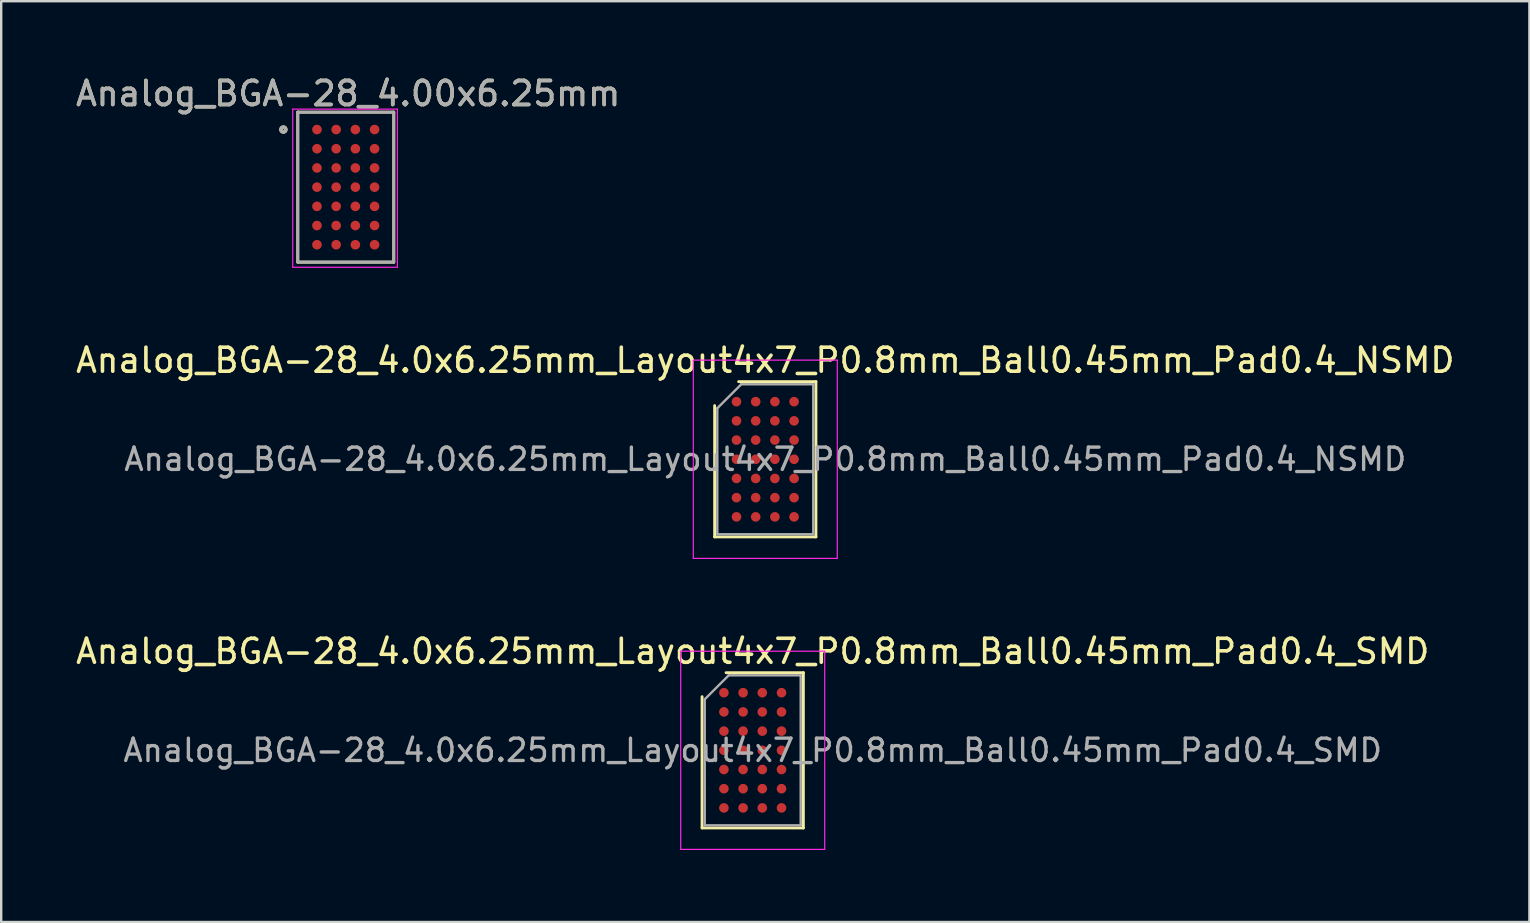
<source format=kicad_pcb>
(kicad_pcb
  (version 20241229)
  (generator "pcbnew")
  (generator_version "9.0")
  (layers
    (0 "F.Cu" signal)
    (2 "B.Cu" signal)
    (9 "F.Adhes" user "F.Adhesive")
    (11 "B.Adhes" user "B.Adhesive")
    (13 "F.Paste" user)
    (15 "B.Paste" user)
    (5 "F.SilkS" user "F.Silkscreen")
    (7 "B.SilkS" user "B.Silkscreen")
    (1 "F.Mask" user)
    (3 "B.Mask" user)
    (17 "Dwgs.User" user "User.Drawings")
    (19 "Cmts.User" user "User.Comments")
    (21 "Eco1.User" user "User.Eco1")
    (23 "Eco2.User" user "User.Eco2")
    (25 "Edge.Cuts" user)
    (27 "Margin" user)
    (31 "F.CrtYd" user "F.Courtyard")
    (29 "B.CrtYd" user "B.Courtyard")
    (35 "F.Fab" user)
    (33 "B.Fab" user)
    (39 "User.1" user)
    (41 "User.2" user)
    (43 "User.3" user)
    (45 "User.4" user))
  (footprint "Analog_BGA-28_4.0x6.25mm_Layout4x7_P0.8mm_Ball0.45mm_Pad0.4_SMD"
    (layer "F.Cu")
    (at 28.315 28.215)
    (property "Reference" "Analog_BGA-28_4.0x6.25mm_Layout4x7_P0.8mm_Ball0.45mm_Pad0.4_SMD" (at 0 -4.125 0) (layer "F.SilkS") (effects (font (size 1 1) (thickness 0.15))))
    (attr smd)
    (fp_line (start -2.11 3.235) (end -2.11 -2.235) (stroke (width 0.12) (type solid)) (layer "F.SilkS"))
    (fp_line (start -1.11 -3.235) (end 2.11 -3.235) (stroke (width 0.12) (type solid)) (layer "F.SilkS"))
    (fp_line (start 2.11 -3.235) (end 2.11 3.235) (stroke (width 0.12) (type solid)) (layer "F.SilkS"))
    (fp_line (start 2.11 3.235) (end -2.11 3.235) (stroke (width 0.12) (type solid)) (layer "F.SilkS"))
    (fp_line (start -3 -4.13) (end -3 4.13) (stroke (width 0.05) (type solid)) (layer "F.CrtYd"))
    (fp_line (start -3 4.13) (end 3 4.13) (stroke (width 0.05) (type solid)) (layer "F.CrtYd"))
    (fp_line (start 3 -4.13) (end -3 -4.13) (stroke (width 0.05) (type solid)) (layer "F.CrtYd"))
    (fp_line (start 3 4.13) (end 3 -4.13) (stroke (width 0.05) (type solid)) (layer "F.CrtYd"))
    (fp_line (start -2 -2.125) (end -1 -3.125) (stroke (width 0.1) (type solid)) (layer "F.Fab"))
    (fp_line (start -2 3.125) (end -2 -2.125) (stroke (width 0.1) (type solid)) (layer "F.Fab"))
    (fp_line (start -1 -3.125) (end 2 -3.125) (stroke (width 0.1) (type solid)) (layer "F.Fab"))
    (fp_line (start 2 -3.125) (end 2 3.125) (stroke (width 0.1) (type solid)) (layer "F.Fab"))
    (fp_line (start 2 3.125) (end -2 3.125) (stroke (width 0.1) (type solid)) (layer "F.Fab"))
    (fp_text user "${REFERENCE}" (at 0 0 0) (layer "F.Fab") (effects (font (size 0.93 0.93) (thickness 0.14))))
    (pad "A1" smd circle (at -1.2 -2.4) (size 0.4 0.4) (layers "F.Cu" "F.Mask" "F.Paste"))
    (pad "A2" smd circle (at -0.4 -2.4) (size 0.4 0.4) (layers "F.Cu" "F.Mask" "F.Paste"))
    (pad "A3" smd circle (at 0.4 -2.4) (size 0.4 0.4) (layers "F.Cu" "F.Mask" "F.Paste"))
    (pad "A4" smd circle (at 1.2 -2.4) (size 0.4 0.4) (layers "F.Cu" "F.Mask" "F.Paste"))
    (pad "B1" smd circle (at -1.2 -1.6) (size 0.4 0.4) (layers "F.Cu" "F.Mask" "F.Paste"))
    (pad "B2" smd circle (at -0.4 -1.6) (size 0.4 0.4) (layers "F.Cu" "F.Mask" "F.Paste"))
    (pad "B3" smd circle (at 0.4 -1.6) (size 0.4 0.4) (layers "F.Cu" "F.Mask" "F.Paste"))
    (pad "B4" smd circle (at 1.2 -1.6) (size 0.4 0.4) (layers "F.Cu" "F.Mask" "F.Paste"))
    (pad "C1" smd circle (at -1.2 -0.8) (size 0.4 0.4) (layers "F.Cu" "F.Mask" "F.Paste"))
    (pad "C2" smd circle (at -0.4 -0.8) (size 0.4 0.4) (layers "F.Cu" "F.Mask" "F.Paste"))
    (pad "C3" smd circle (at 0.4 -0.8) (size 0.4 0.4) (layers "F.Cu" "F.Mask" "F.Paste"))
    (pad "C4" smd circle (at 1.2 -0.8) (size 0.4 0.4) (layers "F.Cu" "F.Mask" "F.Paste"))
    (pad "D1" smd circle (at -1.2 0) (size 0.4 0.4) (layers "F.Cu" "F.Mask" "F.Paste"))
    (pad "D2" smd circle (at -0.4 0) (size 0.4 0.4) (layers "F.Cu" "F.Mask" "F.Paste"))
    (pad "D3" smd circle (at 0.4 0) (size 0.4 0.4) (layers "F.Cu" "F.Mask" "F.Paste"))
    (pad "D4" smd circle (at 1.2 0) (size 0.4 0.4) (layers "F.Cu" "F.Mask" "F.Paste"))
    (pad "E1" smd circle (at -1.2 0.8) (size 0.4 0.4) (layers "F.Cu" "F.Mask" "F.Paste"))
    (pad "E2" smd circle (at -0.4 0.8) (size 0.4 0.4) (layers "F.Cu" "F.Mask" "F.Paste"))
    (pad "E3" smd circle (at 0.4 0.8) (size 0.4 0.4) (layers "F.Cu" "F.Mask" "F.Paste"))
    (pad "E4" smd circle (at 1.2 0.8) (size 0.4 0.4) (layers "F.Cu" "F.Mask" "F.Paste"))
    (pad "F1" smd circle (at -1.2 1.6) (size 0.4 0.4) (layers "F.Cu" "F.Mask" "F.Paste"))
    (pad "F2" smd circle (at -0.4 1.6) (size 0.4 0.4) (layers "F.Cu" "F.Mask" "F.Paste"))
    (pad "F3" smd circle (at 0.4 1.6) (size 0.4 0.4) (layers "F.Cu" "F.Mask" "F.Paste"))
    (pad "F4" smd circle (at 1.2 1.6) (size 0.4 0.4) (layers "F.Cu" "F.Mask" "F.Paste"))
    (pad "G1" smd circle (at -1.2 2.4) (size 0.4 0.4) (layers "F.Cu" "F.Mask" "F.Paste"))
    (pad "G2" smd circle (at -0.4 2.4) (size 0.4 0.4) (layers "F.Cu" "F.Mask" "F.Paste"))
    (pad "G3" smd circle (at 0.4 2.4) (size 0.4 0.4) (layers "F.Cu" "F.Mask" "F.Paste"))
    (pad "G4" smd circle (at 1.2 2.4) (size 0.4 0.4) (layers "F.Cu" "F.Mask" "F.Paste")))
  (footprint "Analog_BGA-28_4.00x6.25mm"
    (layer "F.Cu")
    (at 11.358 4.748)
    (property "Reference" "Analog_BGA-28_4.00x6.25mm" (at 0.1 -3.9 0) (layer "F.SilkS") (effects (font (size 1 1) (thickness 0.15))))
    (attr smd)
    (fp_line (start -2 -3.125) (end 2 -3.125) (stroke (width 0.12) (type solid)) (layer "F.SilkS"))
    (fp_line (start -2 3.125) (end -2 -3.125) (stroke (width 0.12) (type solid)) (layer "F.SilkS"))
    (fp_line (start -2 3.125) (end 2 3.125) (stroke (width 0.12) (type solid)) (layer "F.SilkS"))
    (fp_line (start 2 3.125) (end 2 -3.125) (stroke (width 0.12) (type solid)) (layer "F.SilkS"))
    (fp_circle (center -2.6 -2.4) (end -2.5 -2.4) (stroke (width 0.15) (type solid)) (fill no) (layer "F.SilkS"))
    (fp_line (start -2.21 -3.25) (end 2.15 -3.25) (stroke (width 0.05) (type solid)) (layer "F.CrtYd"))
    (fp_line (start -2.21 3.34) (end -2.21 -3.25) (stroke (width 0.05) (type solid)) (layer "F.CrtYd"))
    (fp_line (start 2.14 3.34) (end -2.21 3.34) (stroke (width 0.05) (type solid)) (layer "F.CrtYd"))
    (fp_line (start 2.15 -3.25) (end 2.15 3.34) (stroke (width 0.05) (type solid)) (layer "F.CrtYd"))
    (fp_line (start -2 -3.125) (end 2 -3.125) (stroke (width 0.12) (type solid)) (layer "F.Fab"))
    (fp_line (start -2 3.125) (end -2 -3.125) (stroke (width 0.12) (type solid)) (layer "F.Fab"))
    (fp_line (start -2 3.125) (end 2 3.125) (stroke (width 0.12) (type solid)) (layer "F.Fab"))
    (fp_line (start 2 3.125) (end 2 -3.125) (stroke (width 0.12) (type solid)) (layer "F.Fab"))
    (fp_circle (center -2.6 -2.4) (end -2.5 -2.4) (stroke (width 0.15) (type solid)) (fill no) (layer "F.Fab"))
    (fp_text user "${REFERENCE}" (at 0.1 -3.9 0) (layer "F.Fab") (effects (font (size 1 1) (thickness 0.15))))
    (pad "A1" smd circle (at -1.2 -2.4 90) (size 0.4 0.4) (layers "F.Cu" "F.Mask" "F.Paste"))
    (pad "A2" smd circle (at -0.4 -2.4 90) (size 0.4 0.4) (layers "F.Cu" "F.Mask" "F.Paste"))
    (pad "A3" smd circle (at 0.4 -2.4 90) (size 0.4 0.4) (layers "F.Cu" "F.Mask" "F.Paste"))
    (pad "A4" smd circle (at 1.2 -2.4 90) (size 0.4 0.4) (layers "F.Cu" "F.Mask" "F.Paste"))
    (pad "B1" smd circle (at -1.2 -1.6 90) (size 0.4 0.4) (layers "F.Cu" "F.Mask" "F.Paste"))
    (pad "B2" smd circle (at -0.4 -1.6 90) (size 0.4 0.4) (layers "F.Cu" "F.Mask" "F.Paste"))
    (pad "B3" smd circle (at 0.4 -1.6 90) (size 0.4 0.4) (layers "F.Cu" "F.Mask" "F.Paste"))
    (pad "B4" smd circle (at 1.2 -1.6 90) (size 0.4 0.4) (layers "F.Cu" "F.Mask" "F.Paste"))
    (pad "C1" smd circle (at -1.2 -0.8 90) (size 0.4 0.4) (layers "F.Cu" "F.Mask" "F.Paste"))
    (pad "C2" smd circle (at -0.4 -0.8 90) (size 0.4 0.4) (layers "F.Cu" "F.Mask" "F.Paste"))
    (pad "C3" smd circle (at 0.4 -0.8 90) (size 0.4 0.4) (layers "F.Cu" "F.Mask" "F.Paste"))
    (pad "C4" smd circle (at 1.2 -0.8 90) (size 0.4 0.4) (layers "F.Cu" "F.Mask" "F.Paste"))
    (pad "D1" smd circle (at -1.2 0 90) (size 0.4 0.4) (layers "F.Cu" "F.Mask" "F.Paste"))
    (pad "D2" smd circle (at -0.4 0 90) (size 0.4 0.4) (layers "F.Cu" "F.Mask" "F.Paste"))
    (pad "D3" smd circle (at 0.4 0 90) (size 0.4 0.4) (layers "F.Cu" "F.Mask" "F.Paste"))
    (pad "D4" smd circle (at 1.2 0 90) (size 0.4 0.4) (layers "F.Cu" "F.Mask" "F.Paste"))
    (pad "E1" smd circle (at -1.2 0.8 90) (size 0.4 0.4) (layers "F.Cu" "F.Mask" "F.Paste"))
    (pad "E2" smd circle (at -0.4 0.8 90) (size 0.4 0.4) (layers "F.Cu" "F.Mask" "F.Paste"))
    (pad "E3" smd circle (at 0.4 0.8 90) (size 0.4 0.4) (layers "F.Cu" "F.Mask" "F.Paste"))
    (pad "E4" smd circle (at 1.2 0.8 90) (size 0.4 0.4) (layers "F.Cu" "F.Mask" "F.Paste"))
    (pad "F1" smd circle (at -1.2 1.6 90) (size 0.4 0.4) (layers "F.Cu" "F.Mask" "F.Paste"))
    (pad "F2" smd circle (at -0.4 1.6 90) (size 0.4 0.4) (layers "F.Cu" "F.Mask" "F.Paste"))
    (pad "F3" smd circle (at 0.4 1.6 90) (size 0.4 0.4) (layers "F.Cu" "F.Mask" "F.Paste"))
    (pad "F4" smd circle (at 1.2 1.6 90) (size 0.4 0.4) (layers "F.Cu" "F.Mask" "F.Paste"))
    (pad "G1" smd circle (at -1.2 2.4 90) (size 0.4 0.4) (layers "F.Cu" "F.Mask" "F.Paste"))
    (pad "G2" smd circle (at -0.4 2.4 90) (size 0.4 0.4) (layers "F.Cu" "F.Mask" "F.Paste"))
    (pad "G3" smd circle (at 0.4 2.4 90) (size 0.4 0.4) (layers "F.Cu" "F.Mask" "F.Paste"))
    (pad "G4" smd circle (at 1.2 2.4 90) (size 0.4 0.4) (layers "F.Cu" "F.Mask" "F.Paste")))
  (footprint "Analog_BGA-28_4.0x6.25mm_Layout4x7_P0.8mm_Ball0.45mm_Pad0.4_NSMD"
    (layer "F.Cu")
    (at 28.839 16.087)
    (property "Reference" "Analog_BGA-28_4.0x6.25mm_Layout4x7_P0.8mm_Ball0.45mm_Pad0.4_NSMD" (at 0 -4.125 0) (layer "F.SilkS") (effects (font (size 1 1) (thickness 0.15))))
    (attr smd)
    (fp_line (start -2.11 3.235) (end -2.11 -2.235) (stroke (width 0.12) (type solid)) (layer "F.SilkS"))
    (fp_line (start -1.11 -3.235) (end 2.11 -3.235) (stroke (width 0.12) (type solid)) (layer "F.SilkS"))
    (fp_line (start 2.11 -3.235) (end 2.11 3.235) (stroke (width 0.12) (type solid)) (layer "F.SilkS"))
    (fp_line (start 2.11 3.235) (end -2.11 3.235) (stroke (width 0.12) (type solid)) (layer "F.SilkS"))
    (fp_line (start -3 -4.13) (end -3 4.13) (stroke (width 0.05) (type solid)) (layer "F.CrtYd"))
    (fp_line (start -3 4.13) (end 3 4.13) (stroke (width 0.05) (type solid)) (layer "F.CrtYd"))
    (fp_line (start 3 -4.13) (end -3 -4.13) (stroke (width 0.05) (type solid)) (layer "F.CrtYd"))
    (fp_line (start 3 4.13) (end 3 -4.13) (stroke (width 0.05) (type solid)) (layer "F.CrtYd"))
    (fp_line (start -2 -2.125) (end -1 -3.125) (stroke (width 0.1) (type solid)) (layer "F.Fab"))
    (fp_line (start -2 3.125) (end -2 -2.125) (stroke (width 0.1) (type solid)) (layer "F.Fab"))
    (fp_line (start -1 -3.125) (end 2 -3.125) (stroke (width 0.1) (type solid)) (layer "F.Fab"))
    (fp_line (start 2 -3.125) (end 2 3.125) (stroke (width 0.1) (type solid)) (layer "F.Fab"))
    (fp_line (start 2 3.125) (end -2 3.125) (stroke (width 0.1) (type solid)) (layer "F.Fab"))
    (fp_text user "${REFERENCE}" (at 0 0 0) (layer "F.Fab") (effects (font (size 0.93 0.93) (thickness 0.14))))
    (pad "A1" smd circle (at -1.2 -2.4) (size 0.4 0.4) (layers "F.Cu" "F.Mask" "F.Paste"))
    (pad "A2" smd circle (at -0.4 -2.4) (size 0.4 0.4) (layers "F.Cu" "F.Mask" "F.Paste"))
    (pad "A3" smd circle (at 0.4 -2.4) (size 0.4 0.4) (layers "F.Cu" "F.Mask" "F.Paste"))
    (pad "A4" smd circle (at 1.2 -2.4) (size 0.4 0.4) (layers "F.Cu" "F.Mask" "F.Paste"))
    (pad "B1" smd circle (at -1.2 -1.6) (size 0.4 0.4) (layers "F.Cu" "F.Mask" "F.Paste"))
    (pad "B2" smd circle (at -0.4 -1.6) (size 0.4 0.4) (layers "F.Cu" "F.Mask" "F.Paste"))
    (pad "B3" smd circle (at 0.4 -1.6) (size 0.4 0.4) (layers "F.Cu" "F.Mask" "F.Paste"))
    (pad "B4" smd circle (at 1.2 -1.6) (size 0.4 0.4) (layers "F.Cu" "F.Mask" "F.Paste"))
    (pad "C1" smd circle (at -1.2 -0.8) (size 0.4 0.4) (layers "F.Cu" "F.Mask" "F.Paste"))
    (pad "C2" smd circle (at -0.4 -0.8) (size 0.4 0.4) (layers "F.Cu" "F.Mask" "F.Paste"))
    (pad "C3" smd circle (at 0.4 -0.8) (size 0.4 0.4) (layers "F.Cu" "F.Mask" "F.Paste"))
    (pad "C4" smd circle (at 1.2 -0.8) (size 0.4 0.4) (layers "F.Cu" "F.Mask" "F.Paste"))
    (pad "D1" smd circle (at -1.2 0) (size 0.4 0.4) (layers "F.Cu" "F.Mask" "F.Paste"))
    (pad "D2" smd circle (at -0.4 0) (size 0.4 0.4) (layers "F.Cu" "F.Mask" "F.Paste"))
    (pad "D3" smd circle (at 0.4 0) (size 0.4 0.4) (layers "F.Cu" "F.Mask" "F.Paste"))
    (pad "D4" smd circle (at 1.2 0) (size 0.4 0.4) (layers "F.Cu" "F.Mask" "F.Paste"))
    (pad "E1" smd circle (at -1.2 0.8) (size 0.4 0.4) (layers "F.Cu" "F.Mask" "F.Paste"))
    (pad "E2" smd circle (at -0.4 0.8) (size 0.4 0.4) (layers "F.Cu" "F.Mask" "F.Paste"))
    (pad "E3" smd circle (at 0.4 0.8) (size 0.4 0.4) (layers "F.Cu" "F.Mask" "F.Paste"))
    (pad "E4" smd circle (at 1.2 0.8) (size 0.4 0.4) (layers "F.Cu" "F.Mask" "F.Paste"))
    (pad "F1" smd circle (at -1.2 1.6) (size 0.4 0.4) (layers "F.Cu" "F.Mask" "F.Paste"))
    (pad "F2" smd circle (at -0.4 1.6) (size 0.4 0.4) (layers "F.Cu" "F.Mask" "F.Paste"))
    (pad "F3" smd circle (at 0.4 1.6) (size 0.4 0.4) (layers "F.Cu" "F.Mask" "F.Paste"))
    (pad "F4" smd circle (at 1.2 1.6) (size 0.4 0.4) (layers "F.Cu" "F.Mask" "F.Paste"))
    (pad "G1" smd circle (at -1.2 2.4) (size 0.4 0.4) (layers "F.Cu" "F.Mask" "F.Paste"))
    (pad "G2" smd circle (at -0.4 2.4) (size 0.4 0.4) (layers "F.Cu" "F.Mask" "F.Paste"))
    (pad "G3" smd circle (at 0.4 2.4) (size 0.4 0.4) (layers "F.Cu" "F.Mask" "F.Paste"))
    (pad "G4" smd circle (at 1.2 2.4) (size 0.4 0.4) (layers "F.Cu" "F.Mask" "F.Paste")))
  (gr_rect
    (start -3 -3)
    (end 60.679 35.37)
    (stroke (width 0.1) (type default))
    (fill no)
    (layer "Edge.Cuts")))
</source>
